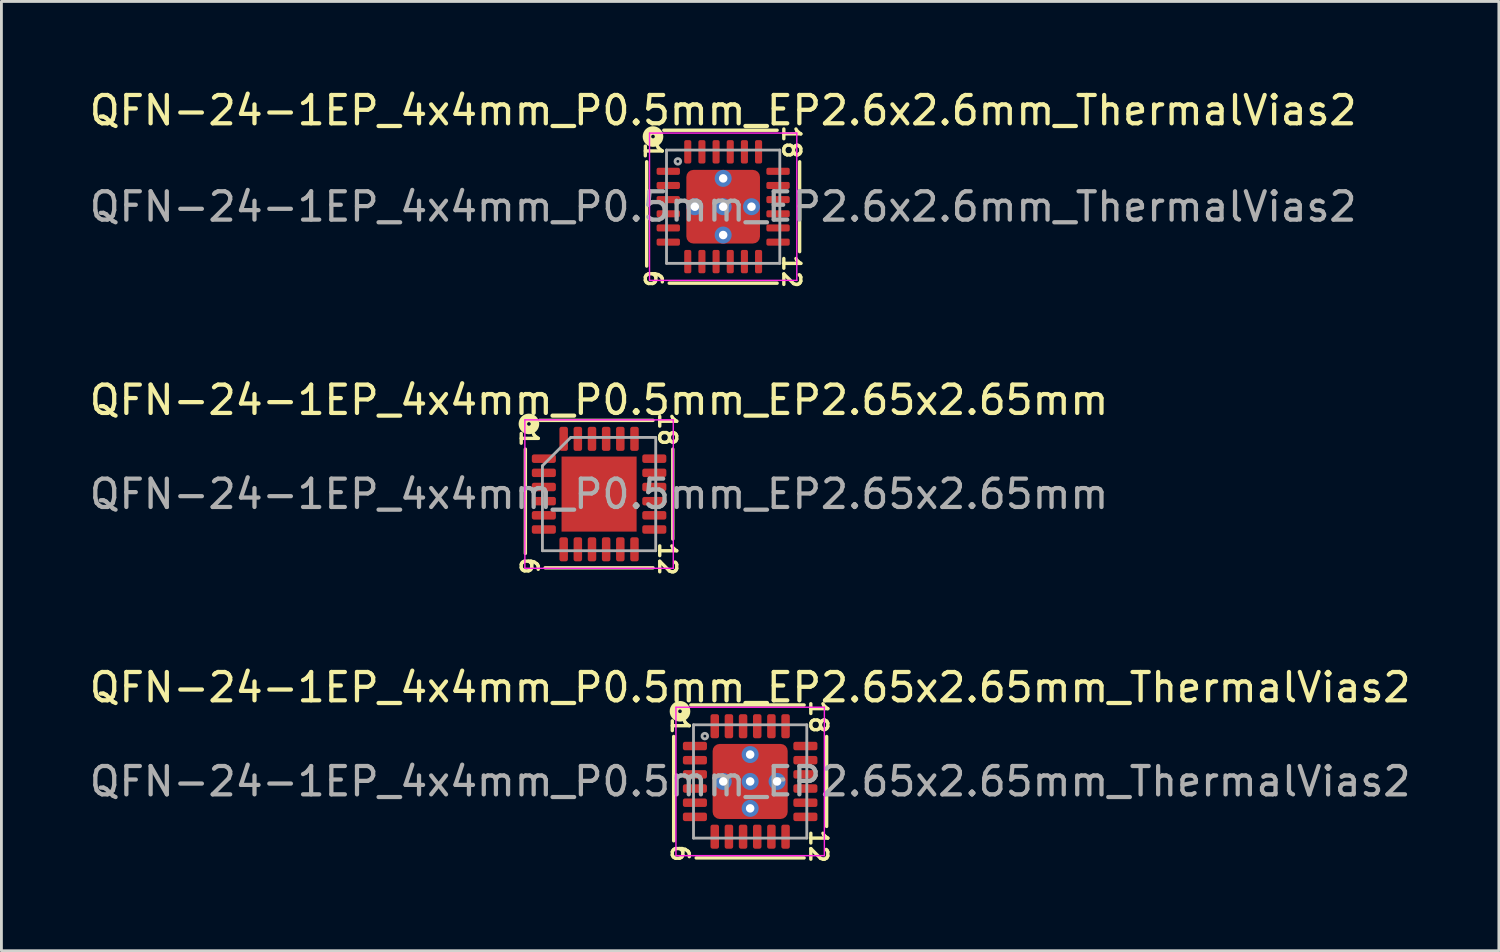
<source format=kicad_pcb>
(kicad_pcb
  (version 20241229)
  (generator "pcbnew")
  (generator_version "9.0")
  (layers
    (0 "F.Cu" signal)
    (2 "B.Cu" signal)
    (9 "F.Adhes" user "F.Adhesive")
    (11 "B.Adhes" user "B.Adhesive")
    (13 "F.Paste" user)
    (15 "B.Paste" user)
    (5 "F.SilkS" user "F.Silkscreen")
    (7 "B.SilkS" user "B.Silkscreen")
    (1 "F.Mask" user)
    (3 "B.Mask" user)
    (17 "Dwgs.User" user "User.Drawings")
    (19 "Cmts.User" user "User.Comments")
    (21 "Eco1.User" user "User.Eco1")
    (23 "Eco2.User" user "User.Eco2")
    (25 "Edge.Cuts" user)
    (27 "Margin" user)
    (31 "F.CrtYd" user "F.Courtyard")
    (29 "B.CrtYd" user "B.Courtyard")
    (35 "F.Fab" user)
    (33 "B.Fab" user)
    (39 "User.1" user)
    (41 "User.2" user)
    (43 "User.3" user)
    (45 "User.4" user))
  (footprint "QFN-24-1EP_4x4mm_P0.5mm_EP2.65x2.65mm_ThermalVias2"
    (layer "F.Cu")
    (at 23.435 24.54)
    (property "Reference" "QFN-24-1EP_4x4mm_P0.5mm_EP2.65x2.65mm_ThermalVias2" (at 0 -3.32 0) (layer "F.SilkS") (effects (font (size 1 1) (thickness 0.15))))
    (attr smd)
    (fp_line (start -2.7 -1.587) (end -2.7 2.095) (stroke (width 0.12) (type solid)) (layer "F.SilkS"))
    (fp_line (start -1.905 2.7) (end 1.905 2.7) (stroke (width 0.12) (type solid)) (layer "F.SilkS"))
    (fp_line (start 1.905 -2.7) (end -2.095 -2.7) (stroke (width 0.12) (type solid)) (layer "F.SilkS"))
    (fp_line (start 2.7 1.587) (end 2.7 -1.587) (stroke (width 0.12) (type solid)) (layer "F.SilkS"))
    (fp_circle (center -2.477 -2.477) (end -2.413 -2.477) (stroke (width 0.3) (type solid)) (fill no) (layer "F.SilkS"))
    (fp_line (start -2.62 -2.62) (end -2.62 2.62) (stroke (width 0.05) (type solid)) (layer "F.CrtYd"))
    (fp_line (start -2.62 2.62) (end 2.62 2.62) (stroke (width 0.05) (type solid)) (layer "F.CrtYd"))
    (fp_line (start 2.62 -2.62) (end -2.62 -2.62) (stroke (width 0.05) (type solid)) (layer "F.CrtYd"))
    (fp_line (start 2.62 2.62) (end 2.62 -2.62) (stroke (width 0.05) (type solid)) (layer "F.CrtYd"))
    (fp_line (start -2 -2) (end 2 -2) (stroke (width 0.1) (type solid)) (layer "F.Fab"))
    (fp_line (start -2 2) (end -2 -2) (stroke (width 0.1) (type solid)) (layer "F.Fab"))
    (fp_line (start 2 -2) (end 2 2) (stroke (width 0.1) (type solid)) (layer "F.Fab"))
    (fp_line (start 2 2) (end -2 2) (stroke (width 0.1) (type solid)) (layer "F.Fab"))
    (fp_circle (center -1.6 -1.6) (end -1.5 -1.6) (stroke (width 0.1) (type solid)) (fill no) (layer "F.Fab"))
    (fp_text user "1" (at -2.477 -1.968 270) (unlocked yes) (layer "F.SilkS") (effects (font (size 0.6 0.6) (thickness 0.12))))
    (fp_text user "12" (at 2.413 2.286 270) (unlocked yes) (layer "F.SilkS") (effects (font (size 0.6 0.6) (thickness 0.12))))
    (fp_text user "6" (at -2.477 2.54 270) (unlocked yes) (layer "F.SilkS") (effects (font (size 0.6 0.6) (thickness 0.12))))
    (fp_text user "18" (at 2.413 -2.286 270) (unlocked yes) (layer "F.SilkS") (effects (font (size 0.6 0.6) (thickness 0.12))))
    (fp_text user "${REFERENCE}" (at 0 0 0) (layer "F.Fab") (effects (font (size 1 1) (thickness 0.15))))
    (pad "" smd roundrect (at -0.762 -0.762) (size 0.725 0.725) (layers "F.Paste") (roundrect_rratio 0.25))
    (pad "" smd roundrect (at -0.762 -0.762) (size 0.925 0.925) (layers "F.Mask") (roundrect_rratio 0.25))
    (pad "" smd roundrect (at -0.762 0.762) (size 0.725 0.725) (layers "F.Paste") (roundrect_rratio 0.25))
    (pad "" smd roundrect (at -0.762 0.762) (size 0.925 0.925) (layers "F.Mask") (roundrect_rratio 0.25))
    (pad "" smd roundrect (at 0.762 -0.762) (size 0.725 0.725) (layers "F.Paste") (roundrect_rratio 0.25))
    (pad "" smd roundrect (at 0.762 -0.762) (size 0.925 0.925) (layers "F.Mask") (roundrect_rratio 0.25))
    (pad "" smd roundrect (at 0.762 0.762) (size 0.725 0.725) (layers "F.Paste") (roundrect_rratio 0.25))
    (pad "" smd roundrect (at 0.762 0.762) (size 0.925 0.925) (layers "F.Mask") (roundrect_rratio 0.25))
    (pad "1" smd roundrect (at -1.95 -1.25) (size 0.85 0.3) (layers "F.Cu" "F.Mask" "F.Paste") (roundrect_rratio 0.25))
    (pad "2" smd roundrect (at -1.95 -0.75) (size 0.85 0.3) (layers "F.Cu" "F.Mask" "F.Paste") (roundrect_rratio 0.25))
    (pad "3" smd roundrect (at -1.95 -0.25) (size 0.85 0.3) (layers "F.Cu" "F.Mask" "F.Paste") (roundrect_rratio 0.25))
    (pad "4" smd roundrect (at -1.95 0.25) (size 0.85 0.3) (layers "F.Cu" "F.Mask" "F.Paste") (roundrect_rratio 0.25))
    (pad "5" smd roundrect (at -1.95 0.75) (size 0.85 0.3) (layers "F.Cu" "F.Mask" "F.Paste") (roundrect_rratio 0.25))
    (pad "6" smd roundrect (at -1.95 1.25) (size 0.85 0.3) (layers "F.Cu" "F.Mask" "F.Paste") (roundrect_rratio 0.25))
    (pad "7" smd roundrect (at -1.25 1.95) (size 0.3 0.85) (layers "F.Cu" "F.Mask" "F.Paste") (roundrect_rratio 0.25))
    (pad "8" smd roundrect (at -0.75 1.95) (size 0.3 0.85) (layers "F.Cu" "F.Mask" "F.Paste") (roundrect_rratio 0.25))
    (pad "9" smd roundrect (at -0.25 1.95) (size 0.3 0.85) (layers "F.Cu" "F.Mask" "F.Paste") (roundrect_rratio 0.25))
    (pad "10" smd roundrect (at 0.25 1.95) (size 0.3 0.85) (layers "F.Cu" "F.Mask" "F.Paste") (roundrect_rratio 0.25))
    (pad "11" smd roundrect (at 0.75 1.95) (size 0.3 0.85) (layers "F.Cu" "F.Mask" "F.Paste") (roundrect_rratio 0.25))
    (pad "12" smd roundrect (at 1.25 1.95) (size 0.3 0.85) (layers "F.Cu" "F.Mask" "F.Paste") (roundrect_rratio 0.25))
    (pad "13" smd roundrect (at 1.95 1.25) (size 0.85 0.3) (layers "F.Cu" "F.Mask" "F.Paste") (roundrect_rratio 0.25))
    (pad "14" smd roundrect (at 1.95 0.75) (size 0.85 0.3) (layers "F.Cu" "F.Mask" "F.Paste") (roundrect_rratio 0.25))
    (pad "15" smd roundrect (at 1.95 0.25) (size 0.85 0.3) (layers "F.Cu" "F.Mask" "F.Paste") (roundrect_rratio 0.25))
    (pad "16" smd roundrect (at 1.95 -0.25) (size 0.85 0.3) (layers "F.Cu" "F.Mask" "F.Paste") (roundrect_rratio 0.25))
    (pad "17" smd roundrect (at 1.95 -0.75) (size 0.85 0.3) (layers "F.Cu" "F.Mask" "F.Paste") (roundrect_rratio 0.25))
    (pad "18" smd roundrect (at 1.95 -1.25) (size 0.85 0.3) (layers "F.Cu" "F.Mask" "F.Paste") (roundrect_rratio 0.25))
    (pad "19" smd roundrect (at 1.25 -1.95) (size 0.3 0.85) (layers "F.Cu" "F.Mask" "F.Paste") (roundrect_rratio 0.25))
    (pad "20" smd roundrect (at 0.75 -1.95) (size 0.3 0.85) (layers "F.Cu" "F.Mask" "F.Paste") (roundrect_rratio 0.25))
    (pad "21" smd roundrect (at 0.25 -1.95) (size 0.3 0.85) (layers "F.Cu" "F.Mask" "F.Paste") (roundrect_rratio 0.25))
    (pad "22" smd roundrect (at -0.25 -1.95) (size 0.3 0.85) (layers "F.Cu" "F.Mask" "F.Paste") (roundrect_rratio 0.25))
    (pad "23" smd roundrect (at -0.75 -1.95) (size 0.3 0.85) (layers "F.Cu" "F.Mask" "F.Paste") (roundrect_rratio 0.25))
    (pad "24" smd roundrect (at -1.25 -1.95) (size 0.3 0.85) (layers "F.Cu" "F.Mask" "F.Paste") (roundrect_rratio 0.25))
    (pad "25" thru_hole circle (at -0.95 0) (size 0.6 0.6) (drill 0.3) (property pad_prop_heatsink) (layers "*.Cu" "*.Mask"))
    (pad "25" thru_hole circle (at 0 -0.95) (size 0.6 0.6) (drill 0.3) (property pad_prop_heatsink) (layers "*.Cu" "*.Mask"))
    (pad "25" thru_hole circle (at 0 0) (size 0.6 0.6) (drill 0.3) (property pad_prop_heatsink) (layers "*.Cu" "*.Mask"))
    (pad "25" smd roundrect (at 0 0) (size 2.65 2.65) (layers "F.Cu") (roundrect_rratio 0.094))
    (pad "25" thru_hole circle (at 0 0.95) (size 0.6 0.6) (drill 0.3) (property pad_prop_heatsink) (layers "*.Cu" "*.Mask"))
    (pad "25" thru_hole circle (at 0.95 0) (size 0.6 0.6) (drill 0.3) (property pad_prop_heatsink) (layers "*.Cu" "*.Mask")))
  (footprint "QFN-24-1EP_4x4mm_P0.5mm_EP2.65x2.65mm"
    (layer "F.Cu")
    (at 18.101 14.394)
    (property "Reference" "QFN-24-1EP_4x4mm_P0.5mm_EP2.65x2.65mm" (at 0 -3.32 0) (layer "F.SilkS") (effects (font (size 1 1) (thickness 0.15))))
    (attr smd)
    (fp_line (start -2.603 -1.587) (end -2.603 2.095) (stroke (width 0.12) (type solid)) (layer "F.SilkS"))
    (fp_line (start -1.905 2.603) (end 1.905 2.603) (stroke (width 0.12) (type solid)) (layer "F.SilkS"))
    (fp_line (start 1.905 -2.603) (end -2.095 -2.603) (stroke (width 0.12) (type solid)) (layer "F.SilkS"))
    (fp_line (start 2.603 1.587) (end 2.603 -1.587) (stroke (width 0.12) (type solid)) (layer "F.SilkS"))
    (fp_circle (center -2.477 -2.477) (end -2.413 -2.477) (stroke (width 0.3) (type solid)) (fill no) (layer "F.SilkS"))
    (fp_line (start -2.62 -2.62) (end -2.62 2.62) (stroke (width 0.05) (type solid)) (layer "F.CrtYd"))
    (fp_line (start -2.62 2.62) (end 2.62 2.62) (stroke (width 0.05) (type solid)) (layer "F.CrtYd"))
    (fp_line (start 2.62 -2.62) (end -2.62 -2.62) (stroke (width 0.05) (type solid)) (layer "F.CrtYd"))
    (fp_line (start 2.62 2.62) (end 2.62 -2.62) (stroke (width 0.05) (type solid)) (layer "F.CrtYd"))
    (fp_line (start -2 -1) (end -1 -2) (stroke (width 0.1) (type solid)) (layer "F.Fab"))
    (fp_line (start -2 2) (end -2 -1) (stroke (width 0.1) (type solid)) (layer "F.Fab"))
    (fp_line (start -1 -2) (end 2 -2) (stroke (width 0.1) (type solid)) (layer "F.Fab"))
    (fp_line (start 2 -2) (end 2 2) (stroke (width 0.1) (type solid)) (layer "F.Fab"))
    (fp_line (start 2 2) (end -2 2) (stroke (width 0.1) (type solid)) (layer "F.Fab"))
    (fp_text user "6" (at -2.477 2.54 270) (unlocked yes) (layer "F.SilkS") (effects (font (size 0.6 0.6) (thickness 0.12))))
    (fp_text user "1" (at -2.477 -1.968 270) (unlocked yes) (layer "F.SilkS") (effects (font (size 0.6 0.6) (thickness 0.12))))
    (fp_text user "18" (at 2.413 -2.286 270) (unlocked yes) (layer "F.SilkS") (effects (font (size 0.6 0.6) (thickness 0.12))))
    (fp_text user "12" (at 2.413 2.286 270) (unlocked yes) (layer "F.SilkS") (effects (font (size 0.6 0.6) (thickness 0.12))))
    (fp_text user "${REFERENCE}" (at 0 0 0) (layer "F.Fab") (effects (font (size 1 1) (thickness 0.15))))
    (pad "" smd roundrect (at -0.66 -0.66) (size 1.07 1.07) (layers "F.Paste") (roundrect_rratio 0.234))
    (pad "" smd roundrect (at -0.66 0.66) (size 1.07 1.07) (layers "F.Paste") (roundrect_rratio 0.234))
    (pad "" smd roundrect (at 0.66 -0.66) (size 1.07 1.07) (layers "F.Paste") (roundrect_rratio 0.234))
    (pad "" smd roundrect (at 0.66 0.66) (size 1.07 1.07) (layers "F.Paste") (roundrect_rratio 0.234))
    (pad "1" smd roundrect (at -1.95 -1.25) (size 0.85 0.3) (layers "F.Cu" "F.Mask" "F.Paste") (roundrect_rratio 0.25))
    (pad "2" smd roundrect (at -1.95 -0.75) (size 0.85 0.3) (layers "F.Cu" "F.Mask" "F.Paste") (roundrect_rratio 0.25))
    (pad "3" smd roundrect (at -1.95 -0.25) (size 0.85 0.3) (layers "F.Cu" "F.Mask" "F.Paste") (roundrect_rratio 0.25))
    (pad "4" smd roundrect (at -1.95 0.25) (size 0.85 0.3) (layers "F.Cu" "F.Mask" "F.Paste") (roundrect_rratio 0.25))
    (pad "5" smd roundrect (at -1.95 0.75) (size 0.85 0.3) (layers "F.Cu" "F.Mask" "F.Paste") (roundrect_rratio 0.25))
    (pad "6" smd roundrect (at -1.95 1.25) (size 0.85 0.3) (layers "F.Cu" "F.Mask" "F.Paste") (roundrect_rratio 0.25))
    (pad "7" smd roundrect (at -1.25 1.95) (size 0.3 0.85) (layers "F.Cu" "F.Mask" "F.Paste") (roundrect_rratio 0.25))
    (pad "8" smd roundrect (at -0.75 1.95) (size 0.3 0.85) (layers "F.Cu" "F.Mask" "F.Paste") (roundrect_rratio 0.25))
    (pad "9" smd roundrect (at -0.25 1.95) (size 0.3 0.85) (layers "F.Cu" "F.Mask" "F.Paste") (roundrect_rratio 0.25))
    (pad "10" smd roundrect (at 0.25 1.95) (size 0.3 0.85) (layers "F.Cu" "F.Mask" "F.Paste") (roundrect_rratio 0.25))
    (pad "11" smd roundrect (at 0.75 1.95) (size 0.3 0.85) (layers "F.Cu" "F.Mask" "F.Paste") (roundrect_rratio 0.25))
    (pad "12" smd roundrect (at 1.25 1.95) (size 0.3 0.85) (layers "F.Cu" "F.Mask" "F.Paste") (roundrect_rratio 0.25))
    (pad "13" smd roundrect (at 1.95 1.25) (size 0.85 0.3) (layers "F.Cu" "F.Mask" "F.Paste") (roundrect_rratio 0.25))
    (pad "14" smd roundrect (at 1.95 0.75) (size 0.85 0.3) (layers "F.Cu" "F.Mask" "F.Paste") (roundrect_rratio 0.25))
    (pad "15" smd roundrect (at 1.95 0.25) (size 0.85 0.3) (layers "F.Cu" "F.Mask" "F.Paste") (roundrect_rratio 0.25))
    (pad "16" smd roundrect (at 1.95 -0.25) (size 0.85 0.3) (layers "F.Cu" "F.Mask" "F.Paste") (roundrect_rratio 0.25))
    (pad "17" smd roundrect (at 1.95 -0.75) (size 0.85 0.3) (layers "F.Cu" "F.Mask" "F.Paste") (roundrect_rratio 0.25))
    (pad "18" smd roundrect (at 1.95 -1.25) (size 0.85 0.3) (layers "F.Cu" "F.Mask" "F.Paste") (roundrect_rratio 0.25))
    (pad "19" smd roundrect (at 1.25 -1.95) (size 0.3 0.85) (layers "F.Cu" "F.Mask" "F.Paste") (roundrect_rratio 0.25))
    (pad "20" smd roundrect (at 0.75 -1.95) (size 0.3 0.85) (layers "F.Cu" "F.Mask" "F.Paste") (roundrect_rratio 0.25))
    (pad "21" smd roundrect (at 0.25 -1.95) (size 0.3 0.85) (layers "F.Cu" "F.Mask" "F.Paste") (roundrect_rratio 0.25))
    (pad "22" smd roundrect (at -0.25 -1.95) (size 0.3 0.85) (layers "F.Cu" "F.Mask" "F.Paste") (roundrect_rratio 0.25))
    (pad "23" smd roundrect (at -0.75 -1.95) (size 0.3 0.85) (layers "F.Cu" "F.Mask" "F.Paste") (roundrect_rratio 0.25))
    (pad "24" smd roundrect (at -1.25 -1.95) (size 0.3 0.85) (layers "F.Cu" "F.Mask" "F.Paste") (roundrect_rratio 0.25))
    (pad "25" smd rect (at 0 0) (size 2.65 2.65) (layers "F.Cu" "F.Mask")))
  (footprint "QFN-24-1EP_4x4mm_P0.5mm_EP2.6x2.6mm_ThermalVias2"
    (layer "F.Cu")
    (at 22.482 4.248)
    (property "Reference" "QFN-24-1EP_4x4mm_P0.5mm_EP2.6x2.6mm_ThermalVias2" (at 0 -3.4 0) (layer "F.SilkS") (effects (font (size 1 1) (thickness 0.15))))
    (attr smd)
    (fp_line (start -2.7 -1.587) (end -2.7 2.095) (stroke (width 0.12) (type solid)) (layer "F.SilkS"))
    (fp_line (start -1.905 2.7) (end 1.905 2.7) (stroke (width 0.12) (type solid)) (layer "F.SilkS"))
    (fp_line (start 1.905 -2.7) (end -2.095 -2.7) (stroke (width 0.12) (type solid)) (layer "F.SilkS"))
    (fp_line (start 2.7 1.587) (end 2.7 -1.587) (stroke (width 0.12) (type solid)) (layer "F.SilkS"))
    (fp_circle (center -2.477 -2.477) (end -2.413 -2.477) (stroke (width 0.3) (type solid)) (fill no) (layer "F.SilkS"))
    (fp_line (start -2.6 -2.6) (end -2.6 2.6) (stroke (width 0.05) (type solid)) (layer "F.CrtYd"))
    (fp_line (start -2.6 2.6) (end 2.6 2.6) (stroke (width 0.05) (type solid)) (layer "F.CrtYd"))
    (fp_line (start 2.6 -2.6) (end -2.6 -2.6) (stroke (width 0.05) (type solid)) (layer "F.CrtYd"))
    (fp_line (start 2.6 2.6) (end 2.6 -2.6) (stroke (width 0.05) (type solid)) (layer "F.CrtYd"))
    (fp_line (start -2 -2) (end 2 -2) (stroke (width 0.1) (type solid)) (layer "F.Fab"))
    (fp_line (start -2 2) (end -2 -2) (stroke (width 0.1) (type solid)) (layer "F.Fab"))
    (fp_line (start 2 -2) (end 2 2) (stroke (width 0.1) (type solid)) (layer "F.Fab"))
    (fp_line (start 2 2) (end -2 2) (stroke (width 0.1) (type solid)) (layer "F.Fab"))
    (fp_circle (center -1.6 -1.6) (end -1.5 -1.6) (stroke (width 0.1) (type solid)) (fill no) (layer "F.Fab"))
    (fp_text user "6" (at -2.477 2.54 270) (unlocked yes) (layer "F.SilkS") (effects (font (size 0.6 0.6) (thickness 0.12))))
    (fp_text user "18" (at 2.413 -2.286 270) (unlocked yes) (layer "F.SilkS") (effects (font (size 0.6 0.6) (thickness 0.12))))
    (fp_text user "1" (at -2.477 -1.968 270) (unlocked yes) (layer "F.SilkS") (effects (font (size 0.6 0.6) (thickness 0.12))))
    (fp_text user "12" (at 2.413 2.286 270) (unlocked yes) (layer "F.SilkS") (effects (font (size 0.6 0.6) (thickness 0.12))))
    (fp_text user "${REFERENCE}" (at 0 0 0) (layer "F.Fab") (effects (font (size 1 1) (thickness 0.15))))
    (pad "" smd roundrect (at -0.75 -0.75) (size 0.7 0.7) (layers "F.Paste") (roundrect_rratio 0.25))
    (pad "" smd roundrect (at -0.75 -0.75) (size 0.9 0.9) (layers "F.Mask") (roundrect_rratio 0.25))
    (pad "" smd roundrect (at -0.75 0.75) (size 0.7 0.7) (layers "F.Paste") (roundrect_rratio 0.25))
    (pad "" smd roundrect (at -0.75 0.75) (size 0.9 0.9) (layers "F.Mask") (roundrect_rratio 0.25))
    (pad "" smd roundrect (at 0.75 -0.75) (size 0.7 0.7) (layers "F.Paste") (roundrect_rratio 0.25))
    (pad "" smd roundrect (at 0.75 -0.75) (size 0.9 0.9) (layers "F.Mask") (roundrect_rratio 0.25))
    (pad "" smd roundrect (at 0.75 0.75) (size 0.7 0.7) (layers "F.Paste") (roundrect_rratio 0.25))
    (pad "" smd roundrect (at 0.75 0.75) (size 0.9 0.9) (layers "F.Mask") (roundrect_rratio 0.25))
    (pad "1" smd roundrect (at -1.938 -1.25) (size 0.825 0.25) (layers "F.Cu" "F.Mask" "F.Paste") (roundrect_rratio 0.25))
    (pad "2" smd roundrect (at -1.938 -0.75) (size 0.825 0.25) (layers "F.Cu" "F.Mask" "F.Paste") (roundrect_rratio 0.25))
    (pad "3" smd roundrect (at -1.938 -0.25) (size 0.825 0.25) (layers "F.Cu" "F.Mask" "F.Paste") (roundrect_rratio 0.25))
    (pad "4" smd roundrect (at -1.938 0.25) (size 0.825 0.25) (layers "F.Cu" "F.Mask" "F.Paste") (roundrect_rratio 0.25))
    (pad "5" smd roundrect (at -1.938 0.75) (size 0.825 0.25) (layers "F.Cu" "F.Mask" "F.Paste") (roundrect_rratio 0.25))
    (pad "6" smd roundrect (at -1.938 1.25) (size 0.825 0.25) (layers "F.Cu" "F.Mask" "F.Paste") (roundrect_rratio 0.25))
    (pad "7" smd roundrect (at -1.25 1.938) (size 0.25 0.825) (layers "F.Cu" "F.Mask" "F.Paste") (roundrect_rratio 0.25))
    (pad "8" smd roundrect (at -0.75 1.938) (size 0.25 0.825) (layers "F.Cu" "F.Mask" "F.Paste") (roundrect_rratio 0.25))
    (pad "9" smd roundrect (at -0.25 1.938) (size 0.25 0.825) (layers "F.Cu" "F.Mask" "F.Paste") (roundrect_rratio 0.25))
    (pad "10" smd roundrect (at 0.25 1.938) (size 0.25 0.825) (layers "F.Cu" "F.Mask" "F.Paste") (roundrect_rratio 0.25))
    (pad "11" smd roundrect (at 0.75 1.938) (size 0.25 0.825) (layers "F.Cu" "F.Mask" "F.Paste") (roundrect_rratio 0.25))
    (pad "12" smd roundrect (at 1.25 1.938) (size 0.25 0.825) (layers "F.Cu" "F.Mask" "F.Paste") (roundrect_rratio 0.25))
    (pad "13" smd roundrect (at 1.938 1.25) (size 0.825 0.25) (layers "F.Cu" "F.Mask" "F.Paste") (roundrect_rratio 0.25))
    (pad "14" smd roundrect (at 1.938 0.75) (size 0.825 0.25) (layers "F.Cu" "F.Mask" "F.Paste") (roundrect_rratio 0.25))
    (pad "15" smd roundrect (at 1.938 0.25) (size 0.825 0.25) (layers "F.Cu" "F.Mask" "F.Paste") (roundrect_rratio 0.25))
    (pad "16" smd roundrect (at 1.938 -0.25) (size 0.825 0.25) (layers "F.Cu" "F.Mask" "F.Paste") (roundrect_rratio 0.25))
    (pad "17" smd roundrect (at 1.938 -0.75) (size 0.825 0.25) (layers "F.Cu" "F.Mask" "F.Paste") (roundrect_rratio 0.25))
    (pad "18" smd roundrect (at 1.938 -1.25) (size 0.825 0.25) (layers "F.Cu" "F.Mask" "F.Paste") (roundrect_rratio 0.25))
    (pad "19" smd roundrect (at 1.25 -1.938) (size 0.25 0.825) (layers "F.Cu" "F.Mask" "F.Paste") (roundrect_rratio 0.25))
    (pad "20" smd roundrect (at 0.75 -1.938) (size 0.25 0.825) (layers "F.Cu" "F.Mask" "F.Paste") (roundrect_rratio 0.25))
    (pad "21" smd roundrect (at 0.25 -1.938) (size 0.25 0.825) (layers "F.Cu" "F.Mask" "F.Paste") (roundrect_rratio 0.25))
    (pad "22" smd roundrect (at -0.25 -1.938) (size 0.25 0.825) (layers "F.Cu" "F.Mask" "F.Paste") (roundrect_rratio 0.25))
    (pad "23" smd roundrect (at -0.75 -1.938) (size 0.25 0.825) (layers "F.Cu" "F.Mask" "F.Paste") (roundrect_rratio 0.25))
    (pad "24" smd roundrect (at -1.25 -1.938) (size 0.25 0.825) (layers "F.Cu" "F.Mask" "F.Paste") (roundrect_rratio 0.25))
    (pad "25" thru_hole circle (at -1 0) (size 0.6 0.6) (drill 0.3) (property pad_prop_heatsink) (layers "*.Cu" "*.Mask"))
    (pad "25" thru_hole circle (at 0 -1) (size 0.6 0.6) (drill 0.3) (property pad_prop_heatsink) (layers "*.Cu" "*.Mask"))
    (pad "25" thru_hole circle (at 0 0) (size 0.6 0.6) (drill 0.3) (property pad_prop_heatsink) (layers "*.Cu" "*.Mask"))
    (pad "25" smd roundrect (at 0 0) (size 2.6 2.6) (layers "F.Cu") (roundrect_rratio 0.096))
    (pad "25" thru_hole circle (at 0 1) (size 0.6 0.6) (drill 0.3) (property pad_prop_heatsink) (layers "*.Cu" "*.Mask"))
    (pad "25" thru_hole circle (at 1 0) (size 0.6 0.6) (drill 0.3) (property pad_prop_heatsink) (layers "*.Cu" "*.Mask")))
  (gr_rect
    (start -3 -3)
    (end 49.869 30.517)
    (stroke (width 0.1) (type default))
    (fill no)
    (layer "Edge.Cuts")))
</source>
